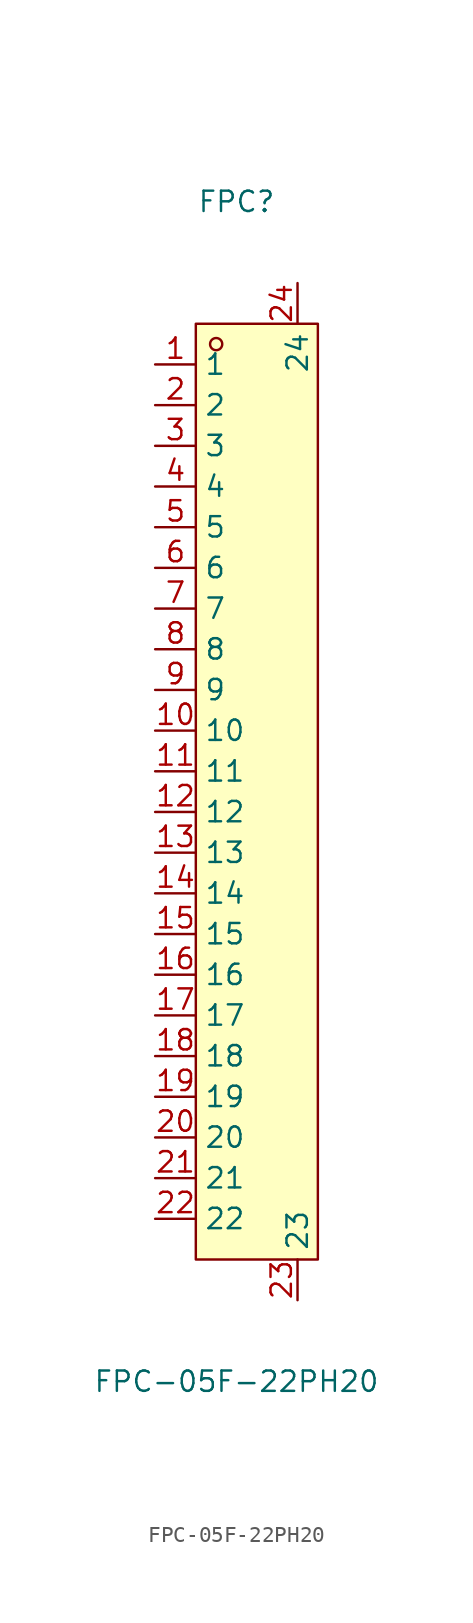
<source format=kicad_sym>
(kicad_symbol_lib
  (version 20211014)
  (generator https://github.com/uPesy/easyeda2kicad.py)
  (symbol "FPC-05F-22PH20"
    (property "Reference" "FPC"
      (at 0 36.83 0)
      (effects (font (size 1.27 1.27))))
    (property "Value" "FPC-05F-22PH20"
      (at 0 -36.83 0)
      (effects (font (size 1.27 1.27))))
    (symbol "FPC-05F-22PH20_0_1"
      (rectangle (start -2.54 29.21) (end 5.08 -29.21) (stroke (width 0) (type default) (color 0 0 0 0)) (fill (type background)))
      (circle (center -1.27 27.94) (radius 0.38) (stroke (width 0) (type default) (color 0 0 0 0)) (fill (type none)))
      (pin unspecified line (at -5.08 26.67 0) (length 2.54) (name "1" (effects (font (size 1.27 1.27)))) (number "1" (effects (font (size 1.27 1.27)))))
      (pin unspecified line (at -5.08 24.13 0) (length 2.54) (name "2" (effects (font (size 1.27 1.27)))) (number "2" (effects (font (size 1.27 1.27)))))
      (pin unspecified line (at -5.08 21.59 0) (length 2.54) (name "3" (effects (font (size 1.27 1.27)))) (number "3" (effects (font (size 1.27 1.27)))))
      (pin unspecified line (at -5.08 19.05 0) (length 2.54) (name "4" (effects (font (size 1.27 1.27)))) (number "4" (effects (font (size 1.27 1.27)))))
      (pin unspecified line (at -5.08 16.51 0) (length 2.54) (name "5" (effects (font (size 1.27 1.27)))) (number "5" (effects (font (size 1.27 1.27)))))
      (pin unspecified line (at -5.08 13.97 0) (length 2.54) (name "6" (effects (font (size 1.27 1.27)))) (number "6" (effects (font (size 1.27 1.27)))))
      (pin unspecified line (at -5.08 11.43 0) (length 2.54) (name "7" (effects (font (size 1.27 1.27)))) (number "7" (effects (font (size 1.27 1.27)))))
      (pin unspecified line (at -5.08 8.89 0) (length 2.54) (name "8" (effects (font (size 1.27 1.27)))) (number "8" (effects (font (size 1.27 1.27)))))
      (pin unspecified line (at -5.08 6.35 0) (length 2.54) (name "9" (effects (font (size 1.27 1.27)))) (number "9" (effects (font (size 1.27 1.27)))))
      (pin unspecified line (at -5.08 3.81 0) (length 2.54) (name "10" (effects (font (size 1.27 1.27)))) (number "10" (effects (font (size 1.27 1.27)))))
      (pin unspecified line (at -5.08 1.27 0) (length 2.54) (name "11" (effects (font (size 1.27 1.27)))) (number "11" (effects (font (size 1.27 1.27)))))
      (pin unspecified line (at -5.08 -1.27 0) (length 2.54) (name "12" (effects (font (size 1.27 1.27)))) (number "12" (effects (font (size 1.27 1.27)))))
      (pin unspecified line (at -5.08 -3.81 0) (length 2.54) (name "13" (effects (font (size 1.27 1.27)))) (number "13" (effects (font (size 1.27 1.27)))))
      (pin unspecified line (at -5.08 -6.35 0) (length 2.54) (name "14" (effects (font (size 1.27 1.27)))) (number "14" (effects (font (size 1.27 1.27)))))
      (pin unspecified line (at -5.08 -8.89 0) (length 2.54) (name "15" (effects (font (size 1.27 1.27)))) (number "15" (effects (font (size 1.27 1.27)))))
      (pin unspecified line (at -5.08 -11.43 0) (length 2.54) (name "16" (effects (font (size 1.27 1.27)))) (number "16" (effects (font (size 1.27 1.27)))))
      (pin unspecified line (at -5.08 -13.97 0) (length 2.54) (name "17" (effects (font (size 1.27 1.27)))) (number "17" (effects (font (size 1.27 1.27)))))
      (pin unspecified line (at -5.08 -16.51 0) (length 2.54) (name "18" (effects (font (size 1.27 1.27)))) (number "18" (effects (font (size 1.27 1.27)))))
      (pin unspecified line (at -5.08 -19.05 0) (length 2.54) (name "19" (effects (font (size 1.27 1.27)))) (number "19" (effects (font (size 1.27 1.27)))))
      (pin unspecified line (at -5.08 -21.59 0) (length 2.54) (name "20" (effects (font (size 1.27 1.27)))) (number "20" (effects (font (size 1.27 1.27)))))
      (pin unspecified line (at -5.08 -24.13 0) (length 2.54) (name "21" (effects (font (size 1.27 1.27)))) (number "21" (effects (font (size 1.27 1.27)))))
      (pin unspecified line (at -5.08 -26.67 0) (length 2.54) (name "22" (effects (font (size 1.27 1.27)))) (number "22" (effects (font (size 1.27 1.27)))))
      (pin unspecified line (at 3.81 -31.75 90) (length 2.54) (name "23" (effects (font (size 1.27 1.27)))) (number "23" (effects (font (size 1.27 1.27)))))
      (pin unspecified line (at 3.81 31.75 270) (length 2.54) (name "24" (effects (font (size 1.27 1.27)))) (number "24" (effects (font (size 1.27 1.27))))))))
</source>
